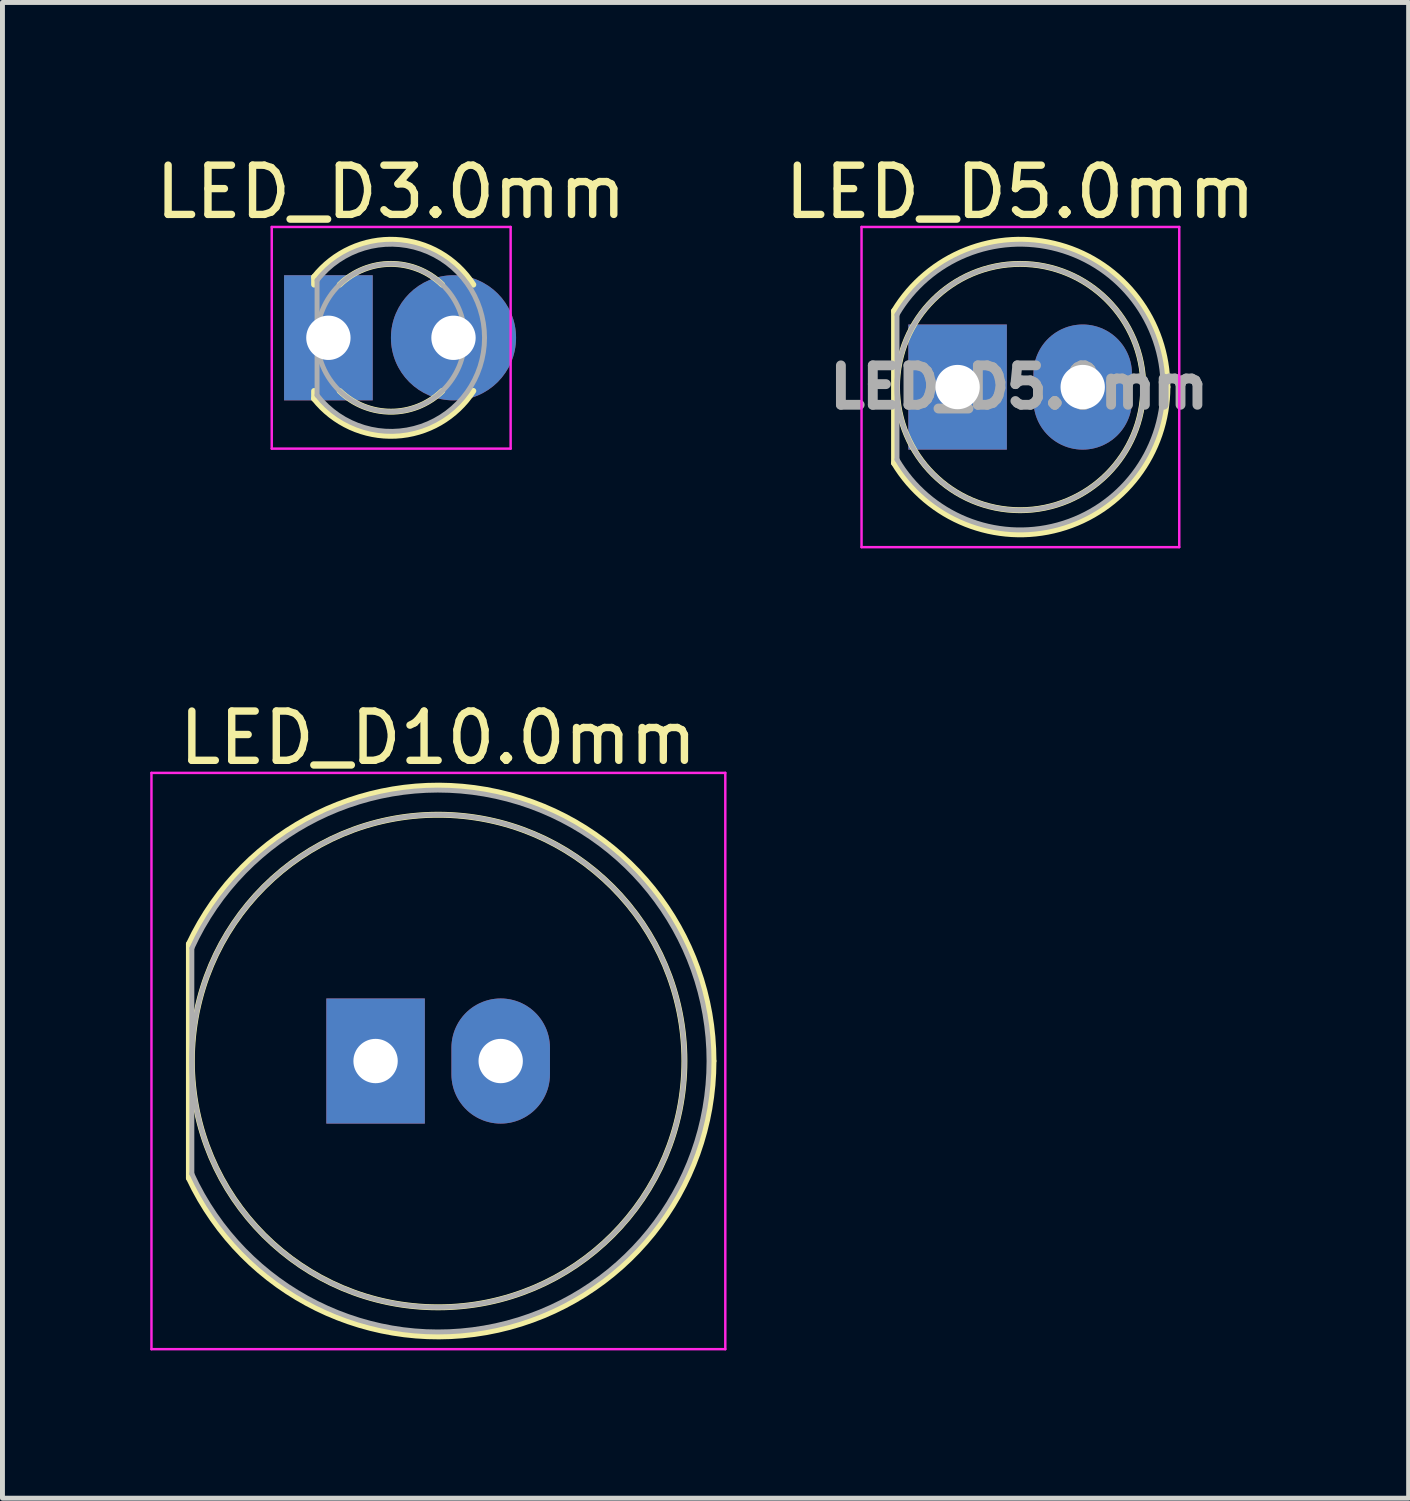
<source format=kicad_pcb>
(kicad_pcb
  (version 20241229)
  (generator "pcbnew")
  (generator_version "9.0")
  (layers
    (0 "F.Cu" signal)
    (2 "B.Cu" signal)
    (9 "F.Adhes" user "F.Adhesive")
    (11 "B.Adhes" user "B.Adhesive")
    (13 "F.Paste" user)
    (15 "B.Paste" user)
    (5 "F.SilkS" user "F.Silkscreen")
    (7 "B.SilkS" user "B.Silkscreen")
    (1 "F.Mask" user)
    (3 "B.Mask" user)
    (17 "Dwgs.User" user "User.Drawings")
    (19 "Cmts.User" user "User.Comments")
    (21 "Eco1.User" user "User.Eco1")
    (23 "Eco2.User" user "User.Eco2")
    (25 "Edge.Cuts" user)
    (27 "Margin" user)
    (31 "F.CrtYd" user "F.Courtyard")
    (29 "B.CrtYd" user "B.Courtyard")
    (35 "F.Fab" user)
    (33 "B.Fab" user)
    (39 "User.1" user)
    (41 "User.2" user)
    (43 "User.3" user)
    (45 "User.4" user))
  (footprint "LED_D5.0mm"
    (layer "F.Cu")
    (at 16.391 4.808)
    (property "Reference" "LED_D5.0mm" (at 1.27 -3.96 0) (layer "F.SilkS") (effects (font (size 1 1) (thickness 0.15))))
    (attr through_hole)
    (fp_line (start -1.29 -1.545) (end -1.29 1.545) (stroke (width 0.12) (type solid)) (layer "F.SilkS"))
    (fp_arc (start -1.29 -1.54483) (mid 2.072002 -2.880433) (end 4.26 0.000462) (stroke (width 0.12) (type solid)) (layer "F.SilkS"))
    (fp_arc (start 4.26 -0.000462) (mid 2.072002 2.880433) (end -1.29 1.54483) (stroke (width 0.12) (type solid)) (layer "F.SilkS"))
    (fp_circle (center 1.27 0) (end 3.77 0) (stroke (width 0.12) (type solid)) (fill no) (layer "F.SilkS"))
    (fp_line (start -1.95 -3.25) (end -1.95 3.25) (stroke (width 0.05) (type solid)) (layer "F.CrtYd"))
    (fp_line (start -1.95 3.25) (end 4.5 3.25) (stroke (width 0.05) (type solid)) (layer "F.CrtYd"))
    (fp_line (start 4.5 -3.25) (end -1.95 -3.25) (stroke (width 0.05) (type solid)) (layer "F.CrtYd"))
    (fp_line (start 4.5 3.25) (end 4.5 -3.25) (stroke (width 0.05) (type solid)) (layer "F.CrtYd"))
    (fp_line (start -1.23 -1.47) (end -1.23 1.47) (stroke (width 0.1) (type solid)) (layer "F.Fab"))
    (fp_arc (start -1.23 -1.469694) (mid 4.17 0.000016) (end -1.230016 1.469666) (stroke (width 0.1) (type solid)) (layer "F.Fab"))
    (fp_circle (center 1.27 0) (end 3.77 0) (stroke (width 0.1) (type solid)) (fill no) (layer "F.Fab"))
    (fp_text user "${REFERENCE}" (at 1.25 0 0) (layer "F.Fab") (effects (font (size 0.8 0.8) (thickness 0.2))))
    (pad "1" thru_hole rect (at 0 0) (size 2 2.54) (drill 0.9) (layers "*.Cu" "*.Mask"))
    (pad "2" thru_hole oval (at 2.54 0) (size 2 2.54) (drill 0.9) (layers "*.Cu" "*.Mask")))
  (footprint "LED_D10.0mm"
    (layer "F.Cu")
    (at 4.575 18.491)
    (property "Reference" "LED_D10.0mm" (at 1.27 -6.56 0) (layer "F.SilkS") (effects (font (size 1 1) (thickness 0.15))))
    (attr through_hole)
    (fp_line (start -3.79 -2.376) (end -3.79 2.376) (stroke (width 0.12) (type solid)) (layer "F.SilkS"))
    (fp_arc (start -3.79 -2.375816) (mid 2.484794 -5.456407) (end 6.859998 -0.004741) (stroke (width 0.12) (type solid)) (layer "F.SilkS"))
    (fp_arc (start 6.859998 0.004741) (mid 2.484794 5.456407) (end -3.79 2.375816) (stroke (width 0.12) (type solid)) (layer "F.SilkS"))
    (fp_circle (center 1.27 0) (end 6.27 0) (stroke (width 0.12) (type solid)) (fill no) (layer "F.SilkS"))
    (fp_line (start -4.55 -5.85) (end -4.55 5.85) (stroke (width 0.05) (type solid)) (layer "F.CrtYd"))
    (fp_line (start -4.55 5.85) (end 7.1 5.85) (stroke (width 0.05) (type solid)) (layer "F.CrtYd"))
    (fp_line (start 7.1 -5.85) (end -4.55 -5.85) (stroke (width 0.05) (type solid)) (layer "F.CrtYd"))
    (fp_line (start 7.1 5.85) (end 7.1 -5.85) (stroke (width 0.05) (type solid)) (layer "F.CrtYd"))
    (fp_line (start -3.73 -2.291) (end -3.73 2.291) (stroke (width 0.1) (type solid)) (layer "F.Fab"))
    (fp_arc (start -3.73 -2.291288) (mid 6.77 0.001918) (end -3.731597 2.2878) (stroke (width 0.1) (type solid)) (layer "F.Fab"))
    (fp_circle (center 1.27 0) (end 6.27 0) (stroke (width 0.1) (type solid)) (fill no) (layer "F.Fab"))
    (pad "1" thru_hole rect (at 0 0) (size 2 2.54) (drill 0.9) (layers "*.Cu" "*.Mask"))
    (pad "2" thru_hole oval (at 2.54 0) (size 2 2.54) (drill 0.9) (layers "*.Cu" "*.Mask")))
  (footprint "LED_D3.0mm"
    (layer "F.Cu")
    (at 3.617 3.808)
    (property "Reference" "LED_D3.0mm" (at 1.27 -2.96 0) (layer "F.SilkS") (effects (font (size 1 1) (thickness 0.15))))
    (attr through_hole)
    (fp_line (start -0.29 -1.236) (end -0.29 -1.08) (stroke (width 0.12) (type solid)) (layer "F.SilkS"))
    (fp_line (start -0.29 1.08) (end -0.29 1.236) (stroke (width 0.12) (type solid)) (layer "F.SilkS"))
    (fp_arc (start -0.29 -1.235516) (mid 1.366487 -1.987659) (end 2.942335 -1.078608) (stroke (width 0.12) (type solid)) (layer "F.SilkS"))
    (fp_arc (start 0.229039 -1.08) (mid 1.270117 -1.5) (end 2.31113 -1.079837) (stroke (width 0.12) (type solid)) (layer "F.SilkS"))
    (fp_arc (start 2.31113 1.079837) (mid 1.270117 1.5) (end 0.229039 1.08) (stroke (width 0.12) (type solid)) (layer "F.SilkS"))
    (fp_arc (start 2.942335 1.078608) (mid 1.366487 1.987659) (end -0.29 1.235516) (stroke (width 0.12) (type solid)) (layer "F.SilkS"))
    (fp_line (start -1.15 -2.25) (end -1.15 2.25) (stroke (width 0.05) (type solid)) (layer "F.CrtYd"))
    (fp_line (start -1.15 2.25) (end 3.7 2.25) (stroke (width 0.05) (type solid)) (layer "F.CrtYd"))
    (fp_line (start 3.7 -2.25) (end -1.15 -2.25) (stroke (width 0.05) (type solid)) (layer "F.CrtYd"))
    (fp_line (start 3.7 2.25) (end 3.7 -2.25) (stroke (width 0.05) (type solid)) (layer "F.CrtYd"))
    (fp_line (start -0.23 -1.166) (end -0.23 1.166) (stroke (width 0.1) (type solid)) (layer "F.Fab"))
    (fp_arc (start -0.23 -1.16619) (mid 3.17 0.000452) (end -0.230555 1.165476) (stroke (width 0.1) (type solid)) (layer "F.Fab"))
    (fp_circle (center 1.27 0) (end 2.77 0) (stroke (width 0.1) (type solid)) (fill no) (layer "F.Fab"))
    (pad "1" thru_hole rect (at 0 0) (size 1.8 2.54) (drill 0.9) (layers "*.Cu" "*.Mask"))
    (pad "2" thru_hole circle (at 2.54 0) (size 2.54 2.54) (drill 0.9) (layers "*.Cu" "*.Mask")))
  (gr_rect
    (start -3 -3)
    (end 25.548 27.366)
    (stroke (width 0.1) (type default))
    (fill no)
    (layer "Edge.Cuts")))
</source>
